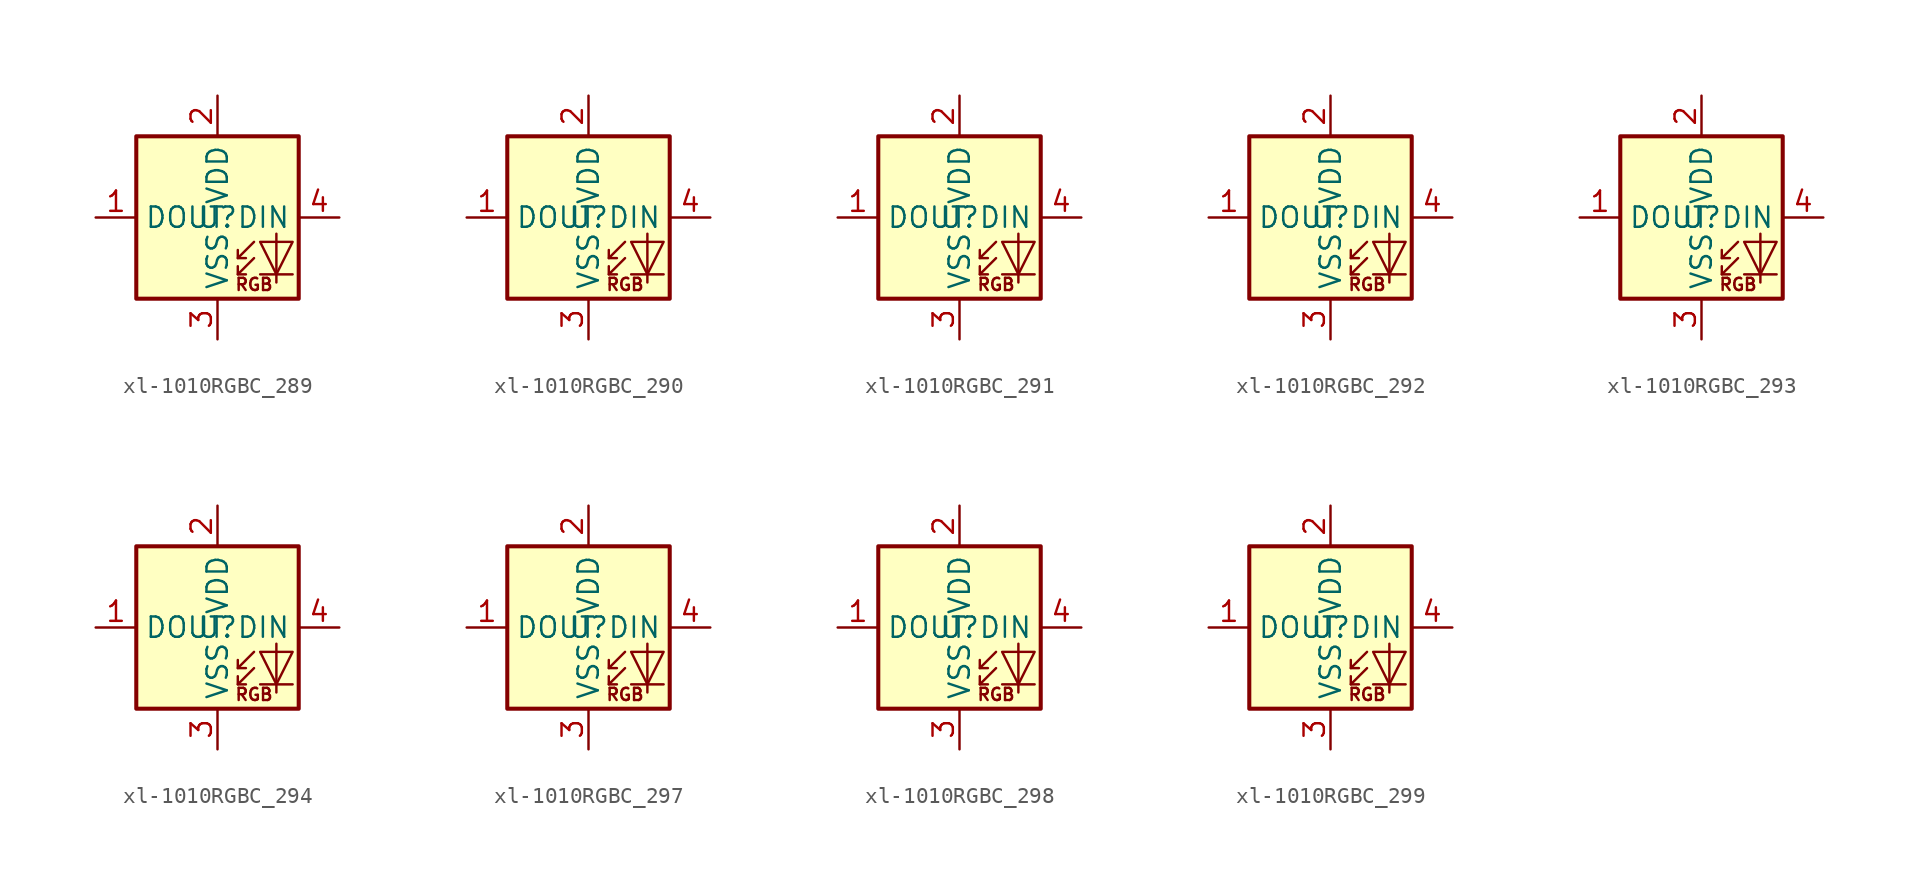
<source format=kicad_sym>
(kicad_symbol_lib
  (version 20231120)
  (generator "kicad_symbol_editor")
  (generator_version "8.0")
  (symbol "xl-1010RGBC_289"
    (property "Reference" "U"
      (at 0 0 0)
      (effects (font (size 1.27 1.27))))
    (property "Value" ""
      (at 0 0 0)
      (effects (font (size 1.27 1.27))))
    (symbol "xl-1010RGBC_289_0_0"
      (text "RGB" (at 2.286 -4.191 0) (effects (font (size 0.762 0.762)))))
    (symbol "xl-1010RGBC_289_0_1"
      (polyline (pts (xy 1.27 -3.556) (xy 1.778 -3.556)) (stroke (width 0) (type default)) (fill (type none)))
      (polyline (pts (xy 1.27 -2.54) (xy 1.778 -2.54)) (stroke (width 0) (type default)) (fill (type none)))
      (polyline (pts (xy 4.699 -3.556) (xy 2.667 -3.556)) (stroke (width 0) (type default)) (fill (type none)))
      (polyline (pts (xy 2.286 -2.54) (xy 1.27 -3.556) (xy 1.27 -3.048)) (stroke (width 0) (type default)) (fill (type none)))
      (polyline (pts (xy 2.286 -1.524) (xy 1.27 -2.54) (xy 1.27 -2.032)) (stroke (width 0) (type default)) (fill (type none)))
      (polyline (pts (xy 3.683 -1.016) (xy 3.683 -3.556) (xy 3.683 -4.064)) (stroke (width 0) (type default)) (fill (type none)))
      (polyline (pts (xy 4.699 -1.524) (xy 2.667 -1.524) (xy 3.683 -3.556) (xy 4.699 -1.524)) (stroke (width 0) (type default)) (fill (type none)))
      (rectangle (start 5.08 5.08) (end -5.08 -5.08) (stroke (width 0.254) (type default)) (fill (type background))))
    (symbol "xl-1010RGBC_289_1_1"
      (pin output line (at -7.62 0 0) (length 2.54) (name "DOUT" (effects (font (size 1.27 1.27)))) (number "1" (effects (font (size 1.27 1.27)))))
      (pin power_in line (at 0 7.62 270) (length 2.54) (name "VDD" (effects (font (size 1.27 1.27)))) (number "2" (effects (font (size 1.27 1.27)))))
      (pin power_in line (at 0 -7.62 90) (length 2.54) (name "VSS" (effects (font (size 1.27 1.27)))) (number "3" (effects (font (size 1.27 1.27)))))
      (pin input line (at 7.62 0 180) (length 2.54) (name "DIN" (effects (font (size 1.27 1.27)))) (number "4" (effects (font (size 1.27 1.27)))))))
  (symbol "xl-1010RGBC_290"
    (property "Reference" "U"
      (at 0 0 0)
      (effects (font (size 1.27 1.27))))
    (property "Value" ""
      (at 0 0 0)
      (effects (font (size 1.27 1.27))))
    (symbol "xl-1010RGBC_290_0_0"
      (text "RGB" (at 2.286 -4.191 0) (effects (font (size 0.762 0.762)))))
    (symbol "xl-1010RGBC_290_0_1"
      (polyline (pts (xy 1.27 -3.556) (xy 1.778 -3.556)) (stroke (width 0) (type default)) (fill (type none)))
      (polyline (pts (xy 1.27 -2.54) (xy 1.778 -2.54)) (stroke (width 0) (type default)) (fill (type none)))
      (polyline (pts (xy 4.699 -3.556) (xy 2.667 -3.556)) (stroke (width 0) (type default)) (fill (type none)))
      (polyline (pts (xy 2.286 -2.54) (xy 1.27 -3.556) (xy 1.27 -3.048)) (stroke (width 0) (type default)) (fill (type none)))
      (polyline (pts (xy 2.286 -1.524) (xy 1.27 -2.54) (xy 1.27 -2.032)) (stroke (width 0) (type default)) (fill (type none)))
      (polyline (pts (xy 3.683 -1.016) (xy 3.683 -3.556) (xy 3.683 -4.064)) (stroke (width 0) (type default)) (fill (type none)))
      (polyline (pts (xy 4.699 -1.524) (xy 2.667 -1.524) (xy 3.683 -3.556) (xy 4.699 -1.524)) (stroke (width 0) (type default)) (fill (type none)))
      (rectangle (start 5.08 5.08) (end -5.08 -5.08) (stroke (width 0.254) (type default)) (fill (type background))))
    (symbol "xl-1010RGBC_290_1_1"
      (pin output line (at -7.62 0 0) (length 2.54) (name "DOUT" (effects (font (size 1.27 1.27)))) (number "1" (effects (font (size 1.27 1.27)))))
      (pin power_in line (at 0 7.62 270) (length 2.54) (name "VDD" (effects (font (size 1.27 1.27)))) (number "2" (effects (font (size 1.27 1.27)))))
      (pin power_in line (at 0 -7.62 90) (length 2.54) (name "VSS" (effects (font (size 1.27 1.27)))) (number "3" (effects (font (size 1.27 1.27)))))
      (pin input line (at 7.62 0 180) (length 2.54) (name "DIN" (effects (font (size 1.27 1.27)))) (number "4" (effects (font (size 1.27 1.27)))))))
  (symbol "xl-1010RGBC_291"
    (property "Reference" "U"
      (at 0 0 0)
      (effects (font (size 1.27 1.27))))
    (property "Value" ""
      (at 0 0 0)
      (effects (font (size 1.27 1.27))))
    (symbol "xl-1010RGBC_291_0_0"
      (text "RGB" (at 2.286 -4.191 0) (effects (font (size 0.762 0.762)))))
    (symbol "xl-1010RGBC_291_0_1"
      (polyline (pts (xy 1.27 -3.556) (xy 1.778 -3.556)) (stroke (width 0) (type default)) (fill (type none)))
      (polyline (pts (xy 1.27 -2.54) (xy 1.778 -2.54)) (stroke (width 0) (type default)) (fill (type none)))
      (polyline (pts (xy 4.699 -3.556) (xy 2.667 -3.556)) (stroke (width 0) (type default)) (fill (type none)))
      (polyline (pts (xy 2.286 -2.54) (xy 1.27 -3.556) (xy 1.27 -3.048)) (stroke (width 0) (type default)) (fill (type none)))
      (polyline (pts (xy 2.286 -1.524) (xy 1.27 -2.54) (xy 1.27 -2.032)) (stroke (width 0) (type default)) (fill (type none)))
      (polyline (pts (xy 3.683 -1.016) (xy 3.683 -3.556) (xy 3.683 -4.064)) (stroke (width 0) (type default)) (fill (type none)))
      (polyline (pts (xy 4.699 -1.524) (xy 2.667 -1.524) (xy 3.683 -3.556) (xy 4.699 -1.524)) (stroke (width 0) (type default)) (fill (type none)))
      (rectangle (start 5.08 5.08) (end -5.08 -5.08) (stroke (width 0.254) (type default)) (fill (type background))))
    (symbol "xl-1010RGBC_291_1_1"
      (pin output line (at -7.62 0 0) (length 2.54) (name "DOUT" (effects (font (size 1.27 1.27)))) (number "1" (effects (font (size 1.27 1.27)))))
      (pin power_in line (at 0 7.62 270) (length 2.54) (name "VDD" (effects (font (size 1.27 1.27)))) (number "2" (effects (font (size 1.27 1.27)))))
      (pin power_in line (at 0 -7.62 90) (length 2.54) (name "VSS" (effects (font (size 1.27 1.27)))) (number "3" (effects (font (size 1.27 1.27)))))
      (pin input line (at 7.62 0 180) (length 2.54) (name "DIN" (effects (font (size 1.27 1.27)))) (number "4" (effects (font (size 1.27 1.27)))))))
  (symbol "xl-1010RGBC_292"
    (property "Reference" "U"
      (at 0 0 0)
      (effects (font (size 1.27 1.27))))
    (property "Value" ""
      (at 0 0 0)
      (effects (font (size 1.27 1.27))))
    (symbol "xl-1010RGBC_292_0_0"
      (text "RGB" (at 2.286 -4.191 0) (effects (font (size 0.762 0.762)))))
    (symbol "xl-1010RGBC_292_0_1"
      (polyline (pts (xy 1.27 -3.556) (xy 1.778 -3.556)) (stroke (width 0) (type default)) (fill (type none)))
      (polyline (pts (xy 1.27 -2.54) (xy 1.778 -2.54)) (stroke (width 0) (type default)) (fill (type none)))
      (polyline (pts (xy 4.699 -3.556) (xy 2.667 -3.556)) (stroke (width 0) (type default)) (fill (type none)))
      (polyline (pts (xy 2.286 -2.54) (xy 1.27 -3.556) (xy 1.27 -3.048)) (stroke (width 0) (type default)) (fill (type none)))
      (polyline (pts (xy 2.286 -1.524) (xy 1.27 -2.54) (xy 1.27 -2.032)) (stroke (width 0) (type default)) (fill (type none)))
      (polyline (pts (xy 3.683 -1.016) (xy 3.683 -3.556) (xy 3.683 -4.064)) (stroke (width 0) (type default)) (fill (type none)))
      (polyline (pts (xy 4.699 -1.524) (xy 2.667 -1.524) (xy 3.683 -3.556) (xy 4.699 -1.524)) (stroke (width 0) (type default)) (fill (type none)))
      (rectangle (start 5.08 5.08) (end -5.08 -5.08) (stroke (width 0.254) (type default)) (fill (type background))))
    (symbol "xl-1010RGBC_292_1_1"
      (pin output line (at -7.62 0 0) (length 2.54) (name "DOUT" (effects (font (size 1.27 1.27)))) (number "1" (effects (font (size 1.27 1.27)))))
      (pin power_in line (at 0 7.62 270) (length 2.54) (name "VDD" (effects (font (size 1.27 1.27)))) (number "2" (effects (font (size 1.27 1.27)))))
      (pin power_in line (at 0 -7.62 90) (length 2.54) (name "VSS" (effects (font (size 1.27 1.27)))) (number "3" (effects (font (size 1.27 1.27)))))
      (pin input line (at 7.62 0 180) (length 2.54) (name "DIN" (effects (font (size 1.27 1.27)))) (number "4" (effects (font (size 1.27 1.27)))))))
  (symbol "xl-1010RGBC_293"
    (property "Reference" "U"
      (at 0 0 0)
      (effects (font (size 1.27 1.27))))
    (property "Value" ""
      (at 0 0 0)
      (effects (font (size 1.27 1.27))))
    (symbol "xl-1010RGBC_293_0_0"
      (text "RGB" (at 2.286 -4.191 0) (effects (font (size 0.762 0.762)))))
    (symbol "xl-1010RGBC_293_0_1"
      (polyline (pts (xy 1.27 -3.556) (xy 1.778 -3.556)) (stroke (width 0) (type default)) (fill (type none)))
      (polyline (pts (xy 1.27 -2.54) (xy 1.778 -2.54)) (stroke (width 0) (type default)) (fill (type none)))
      (polyline (pts (xy 4.699 -3.556) (xy 2.667 -3.556)) (stroke (width 0) (type default)) (fill (type none)))
      (polyline (pts (xy 2.286 -2.54) (xy 1.27 -3.556) (xy 1.27 -3.048)) (stroke (width 0) (type default)) (fill (type none)))
      (polyline (pts (xy 2.286 -1.524) (xy 1.27 -2.54) (xy 1.27 -2.032)) (stroke (width 0) (type default)) (fill (type none)))
      (polyline (pts (xy 3.683 -1.016) (xy 3.683 -3.556) (xy 3.683 -4.064)) (stroke (width 0) (type default)) (fill (type none)))
      (polyline (pts (xy 4.699 -1.524) (xy 2.667 -1.524) (xy 3.683 -3.556) (xy 4.699 -1.524)) (stroke (width 0) (type default)) (fill (type none)))
      (rectangle (start 5.08 5.08) (end -5.08 -5.08) (stroke (width 0.254) (type default)) (fill (type background))))
    (symbol "xl-1010RGBC_293_1_1"
      (pin output line (at -7.62 0 0) (length 2.54) (name "DOUT" (effects (font (size 1.27 1.27)))) (number "1" (effects (font (size 1.27 1.27)))))
      (pin power_in line (at 0 7.62 270) (length 2.54) (name "VDD" (effects (font (size 1.27 1.27)))) (number "2" (effects (font (size 1.27 1.27)))))
      (pin power_in line (at 0 -7.62 90) (length 2.54) (name "VSS" (effects (font (size 1.27 1.27)))) (number "3" (effects (font (size 1.27 1.27)))))
      (pin input line (at 7.62 0 180) (length 2.54) (name "DIN" (effects (font (size 1.27 1.27)))) (number "4" (effects (font (size 1.27 1.27)))))))
  (symbol "xl-1010RGBC_294"
    (property "Reference" "U"
      (at 0 0 0)
      (effects (font (size 1.27 1.27))))
    (property "Value" ""
      (at 0 0 0)
      (effects (font (size 1.27 1.27))))
    (symbol "xl-1010RGBC_294_0_0"
      (text "RGB" (at 2.286 -4.191 0) (effects (font (size 0.762 0.762)))))
    (symbol "xl-1010RGBC_294_0_1"
      (polyline (pts (xy 1.27 -3.556) (xy 1.778 -3.556)) (stroke (width 0) (type default)) (fill (type none)))
      (polyline (pts (xy 1.27 -2.54) (xy 1.778 -2.54)) (stroke (width 0) (type default)) (fill (type none)))
      (polyline (pts (xy 4.699 -3.556) (xy 2.667 -3.556)) (stroke (width 0) (type default)) (fill (type none)))
      (polyline (pts (xy 2.286 -2.54) (xy 1.27 -3.556) (xy 1.27 -3.048)) (stroke (width 0) (type default)) (fill (type none)))
      (polyline (pts (xy 2.286 -1.524) (xy 1.27 -2.54) (xy 1.27 -2.032)) (stroke (width 0) (type default)) (fill (type none)))
      (polyline (pts (xy 3.683 -1.016) (xy 3.683 -3.556) (xy 3.683 -4.064)) (stroke (width 0) (type default)) (fill (type none)))
      (polyline (pts (xy 4.699 -1.524) (xy 2.667 -1.524) (xy 3.683 -3.556) (xy 4.699 -1.524)) (stroke (width 0) (type default)) (fill (type none)))
      (rectangle (start 5.08 5.08) (end -5.08 -5.08) (stroke (width 0.254) (type default)) (fill (type background))))
    (symbol "xl-1010RGBC_294_1_1"
      (pin output line (at -7.62 0 0) (length 2.54) (name "DOUT" (effects (font (size 1.27 1.27)))) (number "1" (effects (font (size 1.27 1.27)))))
      (pin power_in line (at 0 7.62 270) (length 2.54) (name "VDD" (effects (font (size 1.27 1.27)))) (number "2" (effects (font (size 1.27 1.27)))))
      (pin power_in line (at 0 -7.62 90) (length 2.54) (name "VSS" (effects (font (size 1.27 1.27)))) (number "3" (effects (font (size 1.27 1.27)))))
      (pin input line (at 7.62 0 180) (length 2.54) (name "DIN" (effects (font (size 1.27 1.27)))) (number "4" (effects (font (size 1.27 1.27)))))))
  (symbol "xl-1010RGBC_297"
    (property "Reference" "U"
      (at 0 0 0)
      (effects (font (size 1.27 1.27))))
    (property "Value" ""
      (at 0 0 0)
      (effects (font (size 1.27 1.27))))
    (symbol "xl-1010RGBC_297_0_0"
      (text "RGB" (at 2.286 -4.191 0) (effects (font (size 0.762 0.762)))))
    (symbol "xl-1010RGBC_297_0_1"
      (polyline (pts (xy 1.27 -3.556) (xy 1.778 -3.556)) (stroke (width 0) (type default)) (fill (type none)))
      (polyline (pts (xy 1.27 -2.54) (xy 1.778 -2.54)) (stroke (width 0) (type default)) (fill (type none)))
      (polyline (pts (xy 4.699 -3.556) (xy 2.667 -3.556)) (stroke (width 0) (type default)) (fill (type none)))
      (polyline (pts (xy 2.286 -2.54) (xy 1.27 -3.556) (xy 1.27 -3.048)) (stroke (width 0) (type default)) (fill (type none)))
      (polyline (pts (xy 2.286 -1.524) (xy 1.27 -2.54) (xy 1.27 -2.032)) (stroke (width 0) (type default)) (fill (type none)))
      (polyline (pts (xy 3.683 -1.016) (xy 3.683 -3.556) (xy 3.683 -4.064)) (stroke (width 0) (type default)) (fill (type none)))
      (polyline (pts (xy 4.699 -1.524) (xy 2.667 -1.524) (xy 3.683 -3.556) (xy 4.699 -1.524)) (stroke (width 0) (type default)) (fill (type none)))
      (rectangle (start 5.08 5.08) (end -5.08 -5.08) (stroke (width 0.254) (type default)) (fill (type background))))
    (symbol "xl-1010RGBC_297_1_1"
      (pin output line (at -7.62 0 0) (length 2.54) (name "DOUT" (effects (font (size 1.27 1.27)))) (number "1" (effects (font (size 1.27 1.27)))))
      (pin power_in line (at 0 7.62 270) (length 2.54) (name "VDD" (effects (font (size 1.27 1.27)))) (number "2" (effects (font (size 1.27 1.27)))))
      (pin power_in line (at 0 -7.62 90) (length 2.54) (name "VSS" (effects (font (size 1.27 1.27)))) (number "3" (effects (font (size 1.27 1.27)))))
      (pin input line (at 7.62 0 180) (length 2.54) (name "DIN" (effects (font (size 1.27 1.27)))) (number "4" (effects (font (size 1.27 1.27)))))))
  (symbol "xl-1010RGBC_298"
    (property "Reference" "U"
      (at 0 0 0)
      (effects (font (size 1.27 1.27))))
    (property "Value" ""
      (at 0 0 0)
      (effects (font (size 1.27 1.27))))
    (symbol "xl-1010RGBC_298_0_0"
      (text "RGB" (at 2.286 -4.191 0) (effects (font (size 0.762 0.762)))))
    (symbol "xl-1010RGBC_298_0_1"
      (polyline (pts (xy 1.27 -3.556) (xy 1.778 -3.556)) (stroke (width 0) (type default)) (fill (type none)))
      (polyline (pts (xy 1.27 -2.54) (xy 1.778 -2.54)) (stroke (width 0) (type default)) (fill (type none)))
      (polyline (pts (xy 4.699 -3.556) (xy 2.667 -3.556)) (stroke (width 0) (type default)) (fill (type none)))
      (polyline (pts (xy 2.286 -2.54) (xy 1.27 -3.556) (xy 1.27 -3.048)) (stroke (width 0) (type default)) (fill (type none)))
      (polyline (pts (xy 2.286 -1.524) (xy 1.27 -2.54) (xy 1.27 -2.032)) (stroke (width 0) (type default)) (fill (type none)))
      (polyline (pts (xy 3.683 -1.016) (xy 3.683 -3.556) (xy 3.683 -4.064)) (stroke (width 0) (type default)) (fill (type none)))
      (polyline (pts (xy 4.699 -1.524) (xy 2.667 -1.524) (xy 3.683 -3.556) (xy 4.699 -1.524)) (stroke (width 0) (type default)) (fill (type none)))
      (rectangle (start 5.08 5.08) (end -5.08 -5.08) (stroke (width 0.254) (type default)) (fill (type background))))
    (symbol "xl-1010RGBC_298_1_1"
      (pin output line (at -7.62 0 0) (length 2.54) (name "DOUT" (effects (font (size 1.27 1.27)))) (number "1" (effects (font (size 1.27 1.27)))))
      (pin power_in line (at 0 7.62 270) (length 2.54) (name "VDD" (effects (font (size 1.27 1.27)))) (number "2" (effects (font (size 1.27 1.27)))))
      (pin power_in line (at 0 -7.62 90) (length 2.54) (name "VSS" (effects (font (size 1.27 1.27)))) (number "3" (effects (font (size 1.27 1.27)))))
      (pin input line (at 7.62 0 180) (length 2.54) (name "DIN" (effects (font (size 1.27 1.27)))) (number "4" (effects (font (size 1.27 1.27)))))))
  (symbol "xl-1010RGBC_299"
    (property "Reference" "U"
      (at 0 0 0)
      (effects (font (size 1.27 1.27))))
    (property "Value" ""
      (at 0 0 0)
      (effects (font (size 1.27 1.27))))
    (symbol "xl-1010RGBC_299_0_0"
      (text "RGB" (at 2.286 -4.191 0) (effects (font (size 0.762 0.762)))))
    (symbol "xl-1010RGBC_299_0_1"
      (polyline (pts (xy 1.27 -3.556) (xy 1.778 -3.556)) (stroke (width 0) (type default)) (fill (type none)))
      (polyline (pts (xy 1.27 -2.54) (xy 1.778 -2.54)) (stroke (width 0) (type default)) (fill (type none)))
      (polyline (pts (xy 4.699 -3.556) (xy 2.667 -3.556)) (stroke (width 0) (type default)) (fill (type none)))
      (polyline (pts (xy 2.286 -2.54) (xy 1.27 -3.556) (xy 1.27 -3.048)) (stroke (width 0) (type default)) (fill (type none)))
      (polyline (pts (xy 2.286 -1.524) (xy 1.27 -2.54) (xy 1.27 -2.032)) (stroke (width 0) (type default)) (fill (type none)))
      (polyline (pts (xy 3.683 -1.016) (xy 3.683 -3.556) (xy 3.683 -4.064)) (stroke (width 0) (type default)) (fill (type none)))
      (polyline (pts (xy 4.699 -1.524) (xy 2.667 -1.524) (xy 3.683 -3.556) (xy 4.699 -1.524)) (stroke (width 0) (type default)) (fill (type none)))
      (rectangle (start 5.08 5.08) (end -5.08 -5.08) (stroke (width 0.254) (type default)) (fill (type background))))
    (symbol "xl-1010RGBC_299_1_1"
      (pin output line (at -7.62 0 0) (length 2.54) (name "DOUT" (effects (font (size 1.27 1.27)))) (number "1" (effects (font (size 1.27 1.27)))))
      (pin power_in line (at 0 7.62 270) (length 2.54) (name "VDD" (effects (font (size 1.27 1.27)))) (number "2" (effects (font (size 1.27 1.27)))))
      (pin power_in line (at 0 -7.62 90) (length 2.54) (name "VSS" (effects (font (size 1.27 1.27)))) (number "3" (effects (font (size 1.27 1.27)))))
      (pin input line (at 7.62 0 180) (length 2.54) (name "DIN" (effects (font (size 1.27 1.27)))) (number "4" (effects (font (size 1.27 1.27))))))))
</source>
